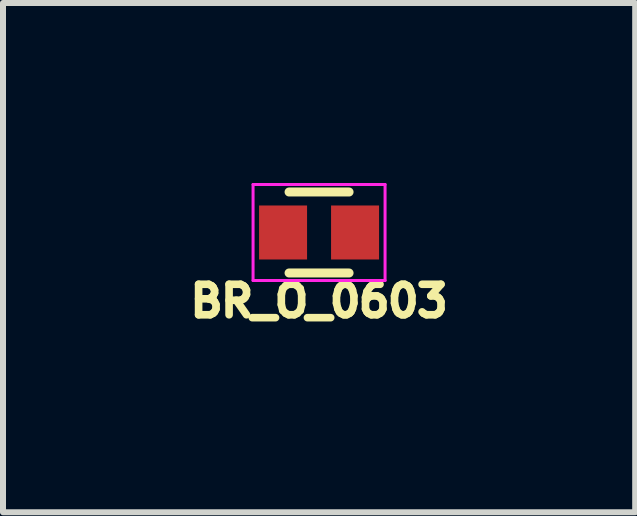
<source format=kicad_pcb>
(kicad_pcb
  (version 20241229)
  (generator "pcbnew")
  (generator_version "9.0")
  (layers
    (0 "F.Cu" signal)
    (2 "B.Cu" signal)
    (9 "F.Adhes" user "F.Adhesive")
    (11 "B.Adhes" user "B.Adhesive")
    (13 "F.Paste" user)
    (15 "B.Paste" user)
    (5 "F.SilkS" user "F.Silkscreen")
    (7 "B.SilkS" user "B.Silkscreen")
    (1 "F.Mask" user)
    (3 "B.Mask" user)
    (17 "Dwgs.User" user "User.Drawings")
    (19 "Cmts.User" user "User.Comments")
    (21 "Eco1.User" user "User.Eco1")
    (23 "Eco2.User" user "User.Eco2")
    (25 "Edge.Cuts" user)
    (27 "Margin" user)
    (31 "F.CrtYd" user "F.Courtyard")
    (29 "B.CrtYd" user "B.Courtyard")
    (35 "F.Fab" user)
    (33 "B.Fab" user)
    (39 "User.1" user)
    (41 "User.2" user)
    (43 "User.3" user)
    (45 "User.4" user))
  (footprint "BR_O_0603"
    (layer "F.Cu")
    (at 2.268 0.825)
    (property "Reference" "BR_O_0603" (at 0 1.143 0) (layer "F.SilkS") (effects (font (size 0.508 0.508) (thickness 0.127))))
    (attr through_hole)
    (fp_line (start -0.5 -0.675) (end 0.5 -0.675) (stroke (width 0.15) (type solid)) (layer "F.SilkS"))
    (fp_line (start 0.5 0.675) (end -0.5 0.675) (stroke (width 0.15) (type solid)) (layer "F.SilkS"))
    (fp_line (start -1.1 -0.8) (end -1.1 0.8) (stroke (width 0.05) (type solid)) (layer "F.CrtYd"))
    (fp_line (start -1.1 -0.8) (end 1.1 -0.8) (stroke (width 0.05) (type solid)) (layer "F.CrtYd"))
    (fp_line (start -1.1 0.8) (end 1.1 0.8) (stroke (width 0.05) (type solid)) (layer "F.CrtYd"))
    (fp_line (start 1.1 -0.8) (end 1.1 0.8) (stroke (width 0.05) (type solid)) (layer "F.CrtYd"))
    (pad "1" smd rect (at -0.6 0) (size 0.8 0.9) (layers "F.Cu" "F.Mask" "F.Paste"))
    (pad "2" smd rect (at 0.6 0) (size 0.8 0.9) (layers "F.Cu" "F.Mask" "F.Paste")))
  (gr_rect
    (start -3 -3)
    (end 7.537 5.488)
    (stroke (width 0.1) (type default))
    (fill no)
    (layer "Edge.Cuts")))
</source>
